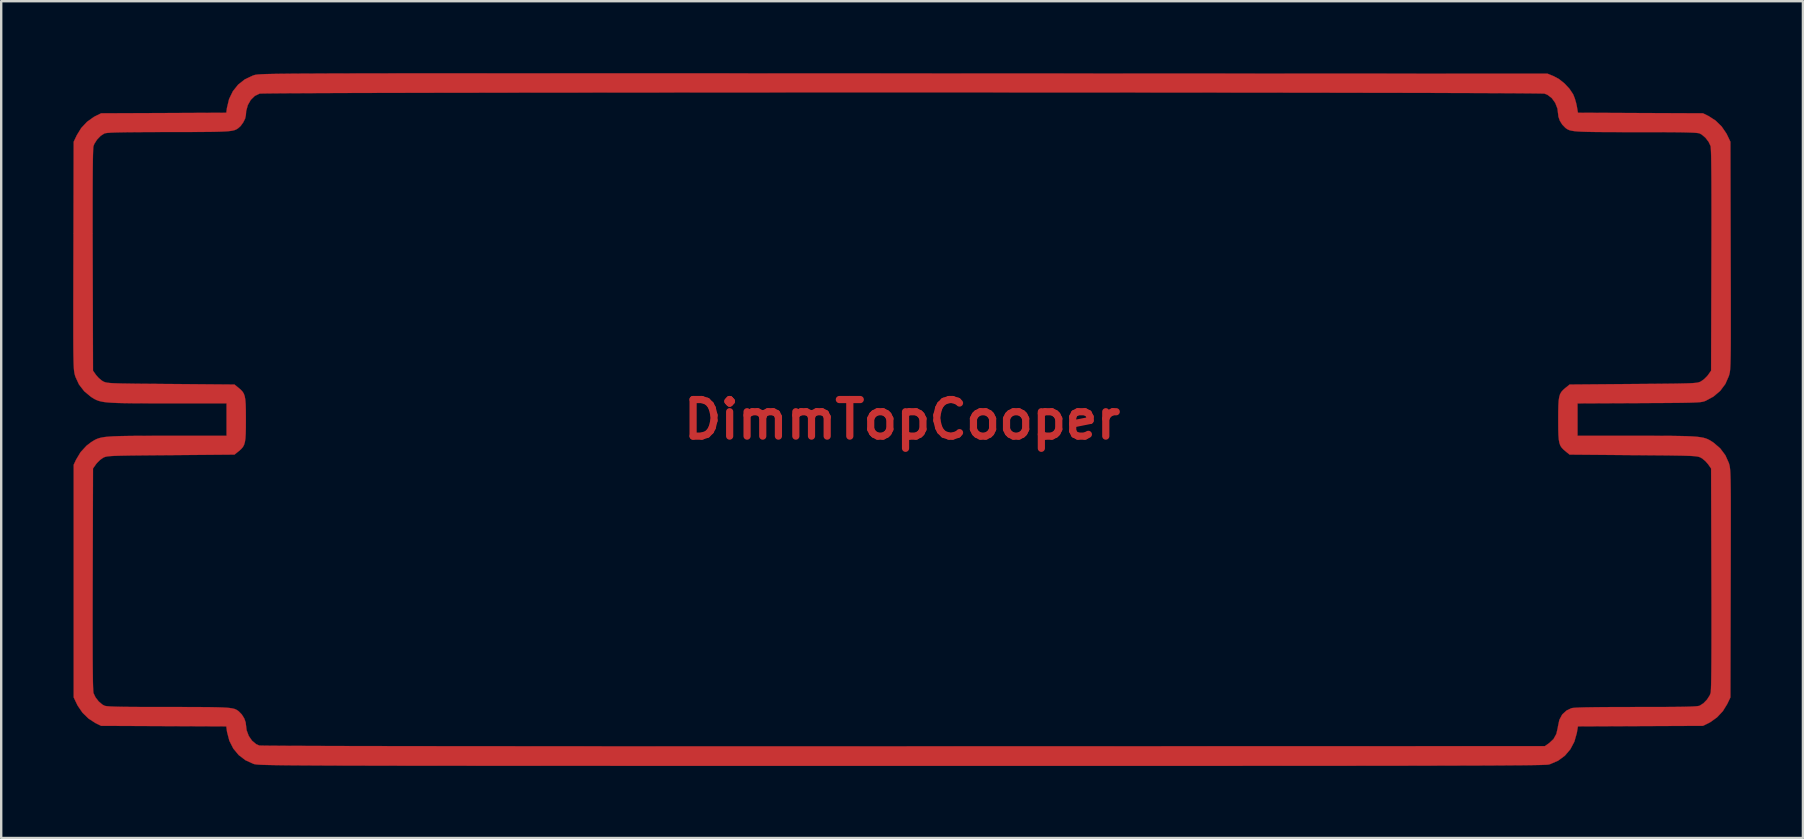
<source format=kicad_pcb>
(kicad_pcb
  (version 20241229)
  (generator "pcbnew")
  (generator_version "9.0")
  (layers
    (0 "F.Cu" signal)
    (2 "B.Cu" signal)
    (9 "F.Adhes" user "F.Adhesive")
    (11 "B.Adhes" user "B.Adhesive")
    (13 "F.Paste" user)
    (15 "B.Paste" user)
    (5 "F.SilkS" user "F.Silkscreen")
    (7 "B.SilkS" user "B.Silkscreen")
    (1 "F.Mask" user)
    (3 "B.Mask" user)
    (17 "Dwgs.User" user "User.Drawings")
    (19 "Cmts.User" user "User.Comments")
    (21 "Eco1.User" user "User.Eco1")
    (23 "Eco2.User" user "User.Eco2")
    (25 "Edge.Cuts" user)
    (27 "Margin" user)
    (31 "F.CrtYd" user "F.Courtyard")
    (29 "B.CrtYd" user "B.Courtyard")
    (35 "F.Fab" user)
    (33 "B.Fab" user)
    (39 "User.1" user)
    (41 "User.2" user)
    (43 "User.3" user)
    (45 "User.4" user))
  (footprint "DimmTopCooper"
    (layer "F.Cu")
    (at 34.544 14.436)
    (property "Reference" "DimmTopCooper" (at 0 0 0) (layer "F.Cu") (effects (font (size 1.524 1.524) (thickness 0.3))))
    (attr through_hole)
    (fp_poly (pts (xy -15.006 -14.431) (xy -13.91 -14.43) (xy -12.747 -14.43) (xy -11.516 -14.43) (xy -10.215 -14.43) (xy -8.842 -14.429) (xy -7.395 -14.429) (xy -5.873 -14.428) (xy -4.272 -14.427) (xy -2.592 -14.427) (xy -0.83 -14.426) (xy 0.085 -14.426) (xy 26.903 -14.415) (xy 27.157 -14.312) (xy 27.385 -14.187) (xy 27.612 -14.005) (xy 27.813 -13.79) (xy 27.963 -13.566) (xy 27.978 -13.536) (xy 28.039 -13.38) (xy 28.094 -13.19) (xy 28.122 -13.061) (xy 28.168 -12.787) (xy 30.774 -12.775) (xy 33.38 -12.764) (xy 33.616 -12.648) (xy 33.904 -12.462) (xy 34.158 -12.214) (xy 34.356 -11.924) (xy 34.392 -11.853) (xy 34.523 -11.578) (xy 34.534 -6.837) (xy 34.536 -6.102) (xy 34.538 -5.447) (xy 34.539 -4.866) (xy 34.539 -4.356) (xy 34.539 -3.911) (xy 34.539 -3.525) (xy 34.538 -3.196) (xy 34.536 -2.916) (xy 34.533 -2.682) (xy 34.529 -2.489) (xy 34.525 -2.332) (xy 34.519 -2.205) (xy 34.513 -2.105) (xy 34.505 -2.025) (xy 34.496 -1.962) (xy 34.485 -1.91) (xy 34.473 -1.864) (xy 34.46 -1.82) (xy 34.313 -1.484) (xy 34.097 -1.195) (xy 33.815 -0.957) (xy 33.493 -0.783) (xy 33.449 -0.766) (xy 33.401 -0.751) (xy 33.343 -0.738) (xy 33.266 -0.727) (xy 33.165 -0.719) (xy 33.033 -0.712) (xy 32.864 -0.706) (xy 32.649 -0.701) (xy 32.383 -0.697) (xy 32.059 -0.694) (xy 31.67 -0.691) (xy 31.209 -0.689) (xy 30.723 -0.686) (xy 28.152 -0.674) (xy 28.152 0.677) (xy 30.619 0.677) (xy 31.173 0.677) (xy 31.649 0.678) (xy 32.054 0.68) (xy 32.396 0.685) (xy 32.68 0.691) (xy 32.915 0.701) (xy 33.107 0.715) (xy 33.262 0.733) (xy 33.389 0.756) (xy 33.494 0.785) (xy 33.583 0.82) (xy 33.665 0.862) (xy 33.745 0.912) (xy 33.823 0.964) (xy 34.098 1.2) (xy 34.313 1.487) (xy 34.458 1.811) (xy 34.461 1.82) (xy 34.474 1.865) (xy 34.486 1.911) (xy 34.496 1.964) (xy 34.505 2.029) (xy 34.513 2.11) (xy 34.52 2.213) (xy 34.525 2.343) (xy 34.53 2.503) (xy 34.533 2.7) (xy 34.536 2.938) (xy 34.538 3.221) (xy 34.539 3.556) (xy 34.539 3.946) (xy 34.539 4.397) (xy 34.538 4.914) (xy 34.537 5.501) (xy 34.536 6.163) (xy 34.534 6.837) (xy 34.523 11.578) (xy 34.392 11.853) (xy 34.209 12.151) (xy 33.966 12.41) (xy 33.684 12.612) (xy 33.616 12.648) (xy 33.38 12.764) (xy 30.774 12.775) (xy 28.168 12.787) (xy 28.122 13.061) (xy 28.02 13.423) (xy 27.852 13.741) (xy 27.624 14.008) (xy 27.341 14.217) (xy 27.012 14.359) (xy 26.956 14.375) (xy 26.932 14.379) (xy 26.889 14.383) (xy 26.825 14.387) (xy 26.738 14.39) (xy 26.627 14.394) (xy 26.49 14.397) (xy 26.325 14.4) (xy 26.13 14.403) (xy 25.902 14.406) (xy 25.642 14.408) (xy 25.345 14.41) (xy 25.012 14.413) (xy 24.639 14.415) (xy 24.225 14.417) (xy 23.768 14.419) (xy 23.267 14.42) (xy 22.718 14.422) (xy 22.122 14.423) (xy 21.475 14.425) (xy 20.775 14.426) (xy 20.022 14.427) (xy 19.213 14.428) (xy 18.346 14.429) (xy 17.42 14.43) (xy 16.432 14.43) (xy 15.38 14.431) (xy 14.264 14.431) (xy 13.081 14.432) (xy 11.828 14.432) (xy 10.505 14.432) (xy 9.11 14.433) (xy 7.64 14.433) (xy 6.094 14.433) (xy 4.47 14.433) (xy 2.765 14.433) (xy 0.979 14.433) (xy -0.021 14.433) (xy -1.823 14.433) (xy -3.542 14.433) (xy -5.18 14.432) (xy -6.739 14.432) (xy -8.222 14.432) (xy -9.63 14.432) (xy -10.964 14.432) (xy -12.228 14.431) (xy -13.423 14.431) (xy -14.551 14.431) (xy -15.614 14.43) (xy -16.614 14.43) (xy -17.553 14.429) (xy -18.432 14.428) (xy -19.255 14.428) (xy -20.022 14.427) (xy -20.736 14.426) (xy -21.398 14.425) (xy -22.011 14.424) (xy -22.577 14.422) (xy -23.098 14.421) (xy -23.575 14.42) (xy -24.01 14.418) (xy -24.406 14.416) (xy -24.765 14.414) (xy -25.087 14.412) (xy -25.377 14.41) (xy -25.634 14.408) (xy -25.862 14.405) (xy -26.062 14.402) (xy -26.236 14.399) (xy -26.387 14.396) (xy -26.515 14.393) (xy -26.624 14.39) (xy -26.715 14.386) (xy -26.79 14.382) (xy -26.85 14.378) (xy -26.899 14.374) (xy -26.938 14.369) (xy -26.968 14.364) (xy -26.993 14.359) (xy -27.013 14.354) (xy -27.03 14.349) (xy -27.363 14.198) (xy -27.645 13.983) (xy -27.871 13.711) (xy -28.035 13.388) (xy -28.13 13.023) (xy -28.136 12.987) (xy -28.163 12.787) (xy -33.38 12.764) (xy -33.616 12.648) (xy -33.904 12.462) (xy -34.158 12.214) (xy -34.356 11.924) (xy -34.392 11.853) (xy -34.523 11.578) (xy -34.523 1.884) (xy -34.425 1.674) (xy -34.237 1.36) (xy -33.99 1.091) (xy -33.808 0.951) (xy -33.724 0.897) (xy -33.645 0.85) (xy -33.563 0.81) (xy -33.472 0.777) (xy -33.364 0.75) (xy -33.234 0.728) (xy -33.073 0.712) (xy -32.875 0.699) (xy -32.633 0.69) (xy -32.339 0.684) (xy -31.988 0.68) (xy -31.572 0.678) (xy -31.084 0.677) (xy -30.619 0.677) (xy -28.152 0.677) (xy -28.152 -0.677) (xy -30.619 -0.677) (xy -31.172 -0.677) (xy -31.648 -0.678) (xy -32.052 -0.68) (xy -32.393 -0.685) (xy -32.677 -0.691) (xy -32.911 -0.701) (xy -33.102 -0.714) (xy -33.258 -0.732) (xy -33.384 -0.755) (xy -33.489 -0.783) (xy -33.578 -0.817) (xy -33.66 -0.858) (xy -33.74 -0.906) (xy -33.812 -0.954) (xy -34.085 -1.182) (xy -34.302 -1.462) (xy -34.449 -1.779) (xy -34.46 -1.813) (xy -34.473 -1.859) (xy -34.485 -1.905) (xy -34.496 -1.959) (xy -34.505 -2.023) (xy -34.513 -2.103) (xy -34.519 -2.205) (xy -34.525 -2.332) (xy -34.529 -2.49) (xy -34.533 -2.685) (xy -34.536 -2.919) (xy -34.538 -3.199) (xy -34.539 -3.53) (xy -34.539 -3.916) (xy -34.539 -4.362) (xy -34.539 -4.873) (xy -34.537 -5.455) (xy -34.536 -6.111) (xy -34.534 -6.837) (xy -34.53 -8.447) (xy -33.734 -8.447) (xy -33.734 -7.751) (xy -33.732 -6.973) (xy -33.731 -6.639) (xy -33.718 -2.039) (xy -33.592 -1.859) (xy -33.48 -1.732) (xy -33.347 -1.622) (xy -33.295 -1.591) (xy -33.259 -1.573) (xy -33.219 -1.558) (xy -33.169 -1.545) (xy -33.102 -1.534) (xy -33.013 -1.524) (xy -32.893 -1.516) (xy -32.738 -1.51) (xy -32.539 -1.504) (xy -32.292 -1.5) (xy -31.988 -1.495) (xy -31.621 -1.491) (xy -31.186 -1.488) (xy -30.674 -1.483) (xy -30.473 -1.482) (xy -27.821 -1.46) (xy -27.663 -1.332) (xy -27.566 -1.25) (xy -27.491 -1.171) (xy -27.435 -1.084) (xy -27.396 -0.975) (xy -27.371 -0.834) (xy -27.356 -0.648) (xy -27.349 -0.404) (xy -27.347 -0.091) (xy -27.347 0) (xy -27.348 0.332) (xy -27.354 0.592) (xy -27.366 0.792) (xy -27.389 0.943) (xy -27.424 1.059) (xy -27.475 1.15) (xy -27.545 1.23) (xy -27.636 1.311) (xy -27.663 1.332) (xy -27.821 1.46) (xy -30.473 1.482) (xy -31.013 1.486) (xy -31.475 1.49) (xy -31.865 1.494) (xy -32.19 1.498) (xy -32.457 1.503) (xy -32.673 1.508) (xy -32.843 1.514) (xy -32.974 1.521) (xy -33.073 1.53) (xy -33.147 1.54) (xy -33.202 1.553) (xy -33.245 1.567) (xy -33.282 1.585) (xy -33.295 1.591) (xy -33.424 1.682) (xy -33.55 1.807) (xy -33.592 1.859) (xy -33.718 2.039) (xy -33.731 6.639) (xy -33.733 7.45) (xy -33.734 8.179) (xy -33.734 8.827) (xy -33.733 9.397) (xy -33.732 9.891) (xy -33.729 10.311) (xy -33.725 10.66) (xy -33.721 10.939) (xy -33.715 11.151) (xy -33.708 11.298) (xy -33.701 11.382) (xy -33.698 11.399) (xy -33.615 11.574) (xy -33.484 11.744) (xy -33.33 11.876) (xy -33.244 11.923) (xy -33.2 11.936) (xy -33.125 11.946) (xy -33.016 11.955) (xy -32.865 11.962) (xy -32.667 11.968) (xy -32.416 11.973) (xy -32.105 11.976) (xy -31.73 11.978) (xy -31.284 11.98) (xy -30.761 11.98) (xy -30.572 11.98) (xy -30.028 11.98) (xy -29.561 11.981) (xy -29.166 11.983) (xy -28.835 11.986) (xy -28.563 11.991) (xy -28.341 11.998) (xy -28.165 12.007) (xy -28.026 12.02) (xy -27.918 12.036) (xy -27.835 12.055) (xy -27.77 12.079) (xy -27.716 12.108) (xy -27.667 12.142) (xy -27.644 12.16) (xy -27.516 12.291) (xy -27.413 12.457) (xy -27.355 12.624) (xy -27.348 12.692) (xy -27.315 12.95) (xy -27.226 13.186) (xy -27.09 13.384) (xy -26.918 13.527) (xy -26.788 13.584) (xy -26.736 13.586) (xy -26.6 13.589) (xy -26.382 13.592) (xy -26.082 13.594) (xy -25.701 13.597) (xy -25.241 13.599) (xy -24.702 13.601) (xy -24.086 13.603) (xy -23.393 13.605) (xy -22.625 13.607) (xy -21.781 13.608) (xy -20.865 13.61) (xy -19.876 13.611) (xy -18.815 13.612) (xy -17.684 13.613) (xy -16.483 13.614) (xy -15.214 13.615) (xy -13.878 13.616) (xy -12.475 13.617) (xy -11.007 13.617) (xy -9.474 13.618) (xy -7.877 13.618) (xy -6.219 13.618) (xy -4.499 13.618) (xy -2.718 13.618) (xy -0.879 13.617) (xy 0.07 13.617) (xy 26.79 13.61) (xy 26.97 13.483) (xy 27.151 13.314) (xy 27.269 13.1) (xy 27.331 12.832) (xy 27.334 12.798) (xy 27.394 12.515) (xy 27.512 12.292) (xy 27.692 12.127) (xy 27.893 12.03) (xy 27.955 12.019) (xy 28.07 12.009) (xy 28.244 12.001) (xy 28.48 11.994) (xy 28.782 11.989) (xy 29.154 11.985) (xy 29.599 11.982) (xy 30.123 11.981) (xy 30.572 11.98) (xy 31.122 11.98) (xy 31.592 11.979) (xy 31.99 11.977) (xy 32.321 11.974) (xy 32.591 11.97) (xy 32.806 11.964) (xy 32.971 11.957) (xy 33.094 11.949) (xy 33.179 11.939) (xy 33.233 11.927) (xy 33.244 11.923) (xy 33.4 11.823) (xy 33.547 11.671) (xy 33.66 11.495) (xy 33.697 11.399) (xy 33.706 11.339) (xy 33.713 11.217) (xy 33.719 11.031) (xy 33.724 10.779) (xy 33.728 10.459) (xy 33.731 10.067) (xy 33.733 9.603) (xy 33.734 9.063) (xy 33.734 8.447) (xy 33.734 7.751) (xy 33.732 6.973) (xy 33.731 6.639) (xy 33.718 2.039) (xy 33.592 1.859) (xy 33.48 1.732) (xy 33.347 1.622) (xy 33.295 1.591) (xy 33.259 1.573) (xy 33.219 1.558) (xy 33.169 1.545) (xy 33.102 1.534) (xy 33.013 1.524) (xy 32.893 1.516) (xy 32.738 1.51) (xy 32.539 1.504) (xy 32.292 1.5) (xy 31.988 1.495) (xy 31.621 1.491) (xy 31.186 1.488) (xy 30.674 1.483) (xy 30.473 1.482) (xy 27.821 1.46) (xy 27.663 1.332) (xy 27.566 1.25) (xy 27.491 1.171) (xy 27.435 1.084) (xy 27.396 0.975) (xy 27.371 0.834) (xy 27.356 0.648) (xy 27.349 0.404) (xy 27.347 0.091) (xy 27.347 0) (xy 27.348 -0.332) (xy 27.354 -0.592) (xy 27.366 -0.792) (xy 27.389 -0.943) (xy 27.424 -1.059) (xy 27.475 -1.15) (xy 27.545 -1.23) (xy 27.636 -1.311) (xy 27.663 -1.332) (xy 27.821 -1.46) (xy 30.473 -1.482) (xy 31.013 -1.486) (xy 31.475 -1.49) (xy 31.865 -1.494) (xy 32.19 -1.498) (xy 32.457 -1.503) (xy 32.673 -1.508) (xy 32.843 -1.514) (xy 32.974 -1.521) (xy 33.073 -1.53) (xy 33.147 -1.54) (xy 33.202 -1.553) (xy 33.245 -1.567) (xy 33.282 -1.585) (xy 33.295 -1.591) (xy 33.424 -1.682) (xy 33.55 -1.807) (xy 33.592 -1.859) (xy 33.718 -2.039) (xy 33.731 -6.639) (xy 33.733 -7.45) (xy 33.734 -8.179) (xy 33.734 -8.827) (xy 33.733 -9.397) (xy 33.732 -9.891) (xy 33.729 -10.311) (xy 33.725 -10.66) (xy 33.721 -10.939) (xy 33.715 -11.151) (xy 33.708 -11.298) (xy 33.701 -11.382) (xy 33.697 -11.399) (xy 33.615 -11.574) (xy 33.484 -11.744) (xy 33.33 -11.876) (xy 33.244 -11.923) (xy 33.2 -11.936) (xy 33.125 -11.946) (xy 33.016 -11.955) (xy 32.865 -11.962) (xy 32.667 -11.968) (xy 32.416 -11.973) (xy 32.105 -11.976) (xy 31.73 -11.978) (xy 31.284 -11.98) (xy 30.761 -11.98) (xy 30.572 -11.98) (xy 30.028 -11.98) (xy 29.561 -11.981) (xy 29.166 -11.983) (xy 28.835 -11.986) (xy 28.563 -11.991) (xy 28.341 -11.998) (xy 28.165 -12.007) (xy 28.026 -12.02) (xy 27.918 -12.036) (xy 27.835 -12.055) (xy 27.77 -12.079) (xy 27.716 -12.108) (xy 27.667 -12.142) (xy 27.644 -12.16) (xy 27.516 -12.291) (xy 27.413 -12.457) (xy 27.355 -12.624) (xy 27.348 -12.692) (xy 27.315 -12.958) (xy 27.223 -13.197) (xy 27.082 -13.394) (xy 26.902 -13.533) (xy 26.776 -13.584) (xy 26.722 -13.587) (xy 26.587 -13.59) (xy 26.372 -13.593) (xy 26.081 -13.596) (xy 25.716 -13.599) (xy 25.28 -13.602) (xy 24.777 -13.604) (xy 24.208 -13.607) (xy 23.576 -13.609) (xy 22.885 -13.611) (xy 22.137 -13.614) (xy 21.335 -13.616) (xy 20.481 -13.618) (xy 19.578 -13.619) (xy 18.63 -13.621) (xy 17.638 -13.623) (xy 16.606 -13.624) (xy 15.537 -13.626) (xy 14.432 -13.627) (xy 13.296 -13.628) (xy 12.13 -13.629) (xy 10.937 -13.63) (xy 9.721 -13.631) (xy 8.484 -13.632) (xy 7.229 -13.632) (xy 5.958 -13.633) (xy 4.674 -13.633) (xy 3.38 -13.634) (xy 2.08 -13.634) (xy 0.775 -13.634) (xy -0.532 -13.634) (xy -1.838 -13.634) (xy -3.14 -13.634) (xy -4.435 -13.634) (xy -5.721 -13.633) (xy -6.994 -13.633) (xy -8.253 -13.632) (xy -9.493 -13.631) (xy -10.714 -13.63) (xy -11.911 -13.629) (xy -13.082 -13.628) (xy -14.224 -13.627) (xy -15.335 -13.626) (xy -16.411 -13.625) (xy -17.45 -13.623) (xy -18.449 -13.621) (xy -19.406 -13.62) (xy -20.317 -13.618) (xy -21.18 -13.616) (xy -21.992 -13.614) (xy -22.751 -13.612) (xy -23.453 -13.61) (xy -24.096 -13.607) (xy -24.676 -13.605) (xy -25.192 -13.602) (xy -25.64 -13.6) (xy -26.019 -13.597) (xy -26.323 -13.594) (xy -26.553 -13.591) (xy -26.703 -13.588) (xy -26.772 -13.585) (xy -26.776 -13.584) (xy -26.977 -13.487) (xy -27.143 -13.323) (xy -27.265 -13.108) (xy -27.335 -12.855) (xy -27.347 -12.687) (xy -27.378 -12.544) (xy -27.458 -12.382) (xy -27.567 -12.233) (xy -27.659 -12.15) (xy -27.706 -12.117) (xy -27.756 -12.088) (xy -27.814 -12.065) (xy -27.887 -12.045) (xy -27.983 -12.029) (xy -28.106 -12.016) (xy -28.265 -12.006) (xy -28.466 -11.998) (xy -28.715 -11.992) (xy -29.02 -11.989) (xy -29.386 -11.986) (xy -29.822 -11.985) (xy -30.332 -11.984) (xy -30.555 -11.984) (xy -31.107 -11.983) (xy -31.58 -11.981) (xy -31.981 -11.978) (xy -32.314 -11.975) (xy -32.586 -11.97) (xy -32.802 -11.965) (xy -32.969 -11.958) (xy -33.093 -11.949) (xy -33.179 -11.939) (xy -33.233 -11.927) (xy -33.244 -11.923) (xy -33.4 -11.823) (xy -33.547 -11.671) (xy -33.66 -11.495) (xy -33.698 -11.399) (xy -33.706 -11.339) (xy -33.713 -11.217) (xy -33.719 -11.031) (xy -33.724 -10.779) (xy -33.728 -10.459) (xy -33.731 -10.067) (xy -33.733 -9.603) (xy -33.734 -9.063) (xy -33.734 -8.447) (xy -34.53 -8.447) (xy -34.523 -11.578) (xy -34.392 -11.853) (xy -34.209 -12.151) (xy -33.966 -12.41) (xy -33.684 -12.612) (xy -33.616 -12.648) (xy -33.38 -12.764) (xy -30.771 -12.775) (xy -28.163 -12.787) (xy -28.136 -12.987) (xy -28.047 -13.358) (xy -27.889 -13.684) (xy -27.668 -13.96) (xy -27.39 -14.179) (xy -27.059 -14.335) (xy -27.009 -14.352) (xy -26.99 -14.357) (xy -26.97 -14.363) (xy -26.946 -14.368) (xy -26.918 -14.373) (xy -26.882 -14.378) (xy -26.837 -14.382) (xy -26.781 -14.386) (xy -26.712 -14.39) (xy -26.628 -14.394) (xy -26.527 -14.398) (xy -26.407 -14.401) (xy -26.266 -14.404) (xy -26.102 -14.407) (xy -25.914 -14.41) (xy -25.698 -14.412) (xy -25.454 -14.415) (xy -25.18 -14.417) (xy -24.872 -14.419) (xy -24.53 -14.42) (xy -24.151 -14.422) (xy -23.734 -14.424) (xy -23.277 -14.425) (xy -22.776 -14.426) (xy -22.232 -14.427) (xy -21.641 -14.428) (xy -21.001 -14.429) (xy -20.312 -14.429) (xy -19.57 -14.43) (xy -18.773 -14.43) (xy -17.921 -14.43) (xy -17.01 -14.431) (xy -16.039 -14.431) (xy -15.006 -14.431)) (stroke (width 0.01) (type solid)) (fill yes) (layer "F.Cu")))
  (gr_rect
    (start -3 -3)
    (end 72.089 31.874)
    (stroke (width 0.1) (type default))
    (fill no)
    (layer "Edge.Cuts")))
</source>
